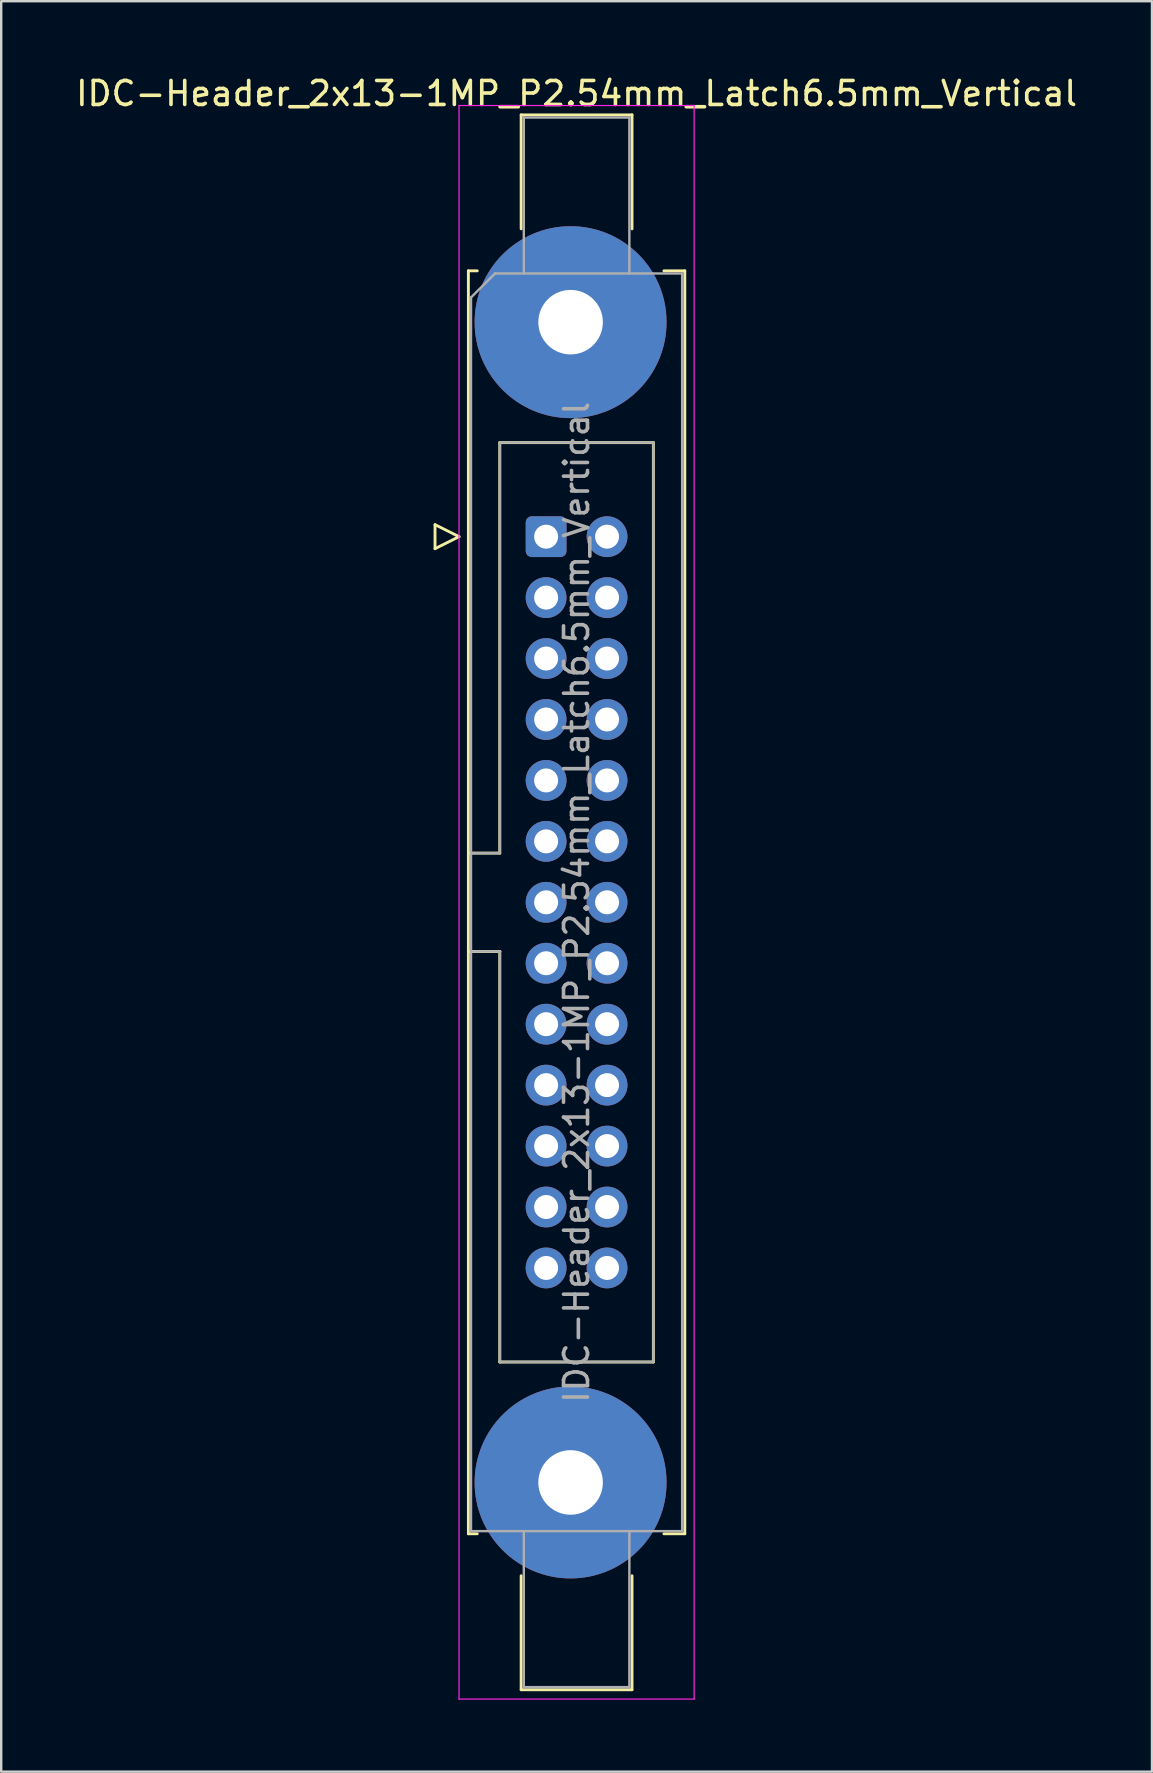
<source format=kicad_pcb>
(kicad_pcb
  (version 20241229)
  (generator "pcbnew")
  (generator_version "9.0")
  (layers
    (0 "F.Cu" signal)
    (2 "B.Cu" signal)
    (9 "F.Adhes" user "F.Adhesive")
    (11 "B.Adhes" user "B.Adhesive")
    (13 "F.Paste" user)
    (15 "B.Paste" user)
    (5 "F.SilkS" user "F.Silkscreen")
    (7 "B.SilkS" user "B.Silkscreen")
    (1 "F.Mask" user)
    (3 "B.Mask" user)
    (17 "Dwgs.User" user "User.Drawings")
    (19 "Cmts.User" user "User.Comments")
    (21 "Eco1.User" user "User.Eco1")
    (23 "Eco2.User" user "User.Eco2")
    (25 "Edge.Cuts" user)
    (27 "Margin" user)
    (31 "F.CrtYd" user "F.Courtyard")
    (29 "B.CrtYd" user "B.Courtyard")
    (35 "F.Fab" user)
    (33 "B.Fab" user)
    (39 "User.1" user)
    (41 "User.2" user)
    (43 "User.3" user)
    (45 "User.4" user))
  (footprint "IDC-Header_2x13-1MP_P2.54mm_Latch6.5mm_Vertical"
    (layer "F.Cu")
    (at 19.712 19.318)
    (property "Reference" "IDC-Header_2x13-1MP_P2.54mm_Latch6.5mm_Vertical" (at 1.27 -18.47 0) (layer "F.SilkS") (effects (font (size 1 1) (thickness 0.15))))
    (attr through_hole)
    (fp_line (start -4.63 -0.5) (end -4.63 0.5) (stroke (width 0.12) (type solid)) (layer "F.SilkS"))
    (fp_line (start -4.63 0.5) (end -3.63 0) (stroke (width 0.12) (type solid)) (layer "F.SilkS"))
    (fp_line (start -3.63 0) (end -4.63 -0.5) (stroke (width 0.12) (type solid)) (layer "F.SilkS"))
    (fp_line (start -3.24 -11.08) (end -3.24 41.56) (stroke (width 0.12) (type solid)) (layer "F.SilkS"))
    (fp_line (start -3.24 13.19) (end -1.93 13.19) (stroke (width 0.12) (type solid)) (layer "F.SilkS"))
    (fp_line (start -3.24 41.56) (end -2.87 41.56) (stroke (width 0.12) (type solid)) (layer "F.SilkS"))
    (fp_line (start -2.87 -11.08) (end -3.24 -11.08) (stroke (width 0.12) (type solid)) (layer "F.SilkS"))
    (fp_line (start -1.93 -3.92) (end 4.47 -3.92) (stroke (width 0.12) (type solid)) (layer "F.SilkS"))
    (fp_line (start -1.93 13.19) (end -1.93 -3.92) (stroke (width 0.12) (type solid)) (layer "F.SilkS"))
    (fp_line (start -1.93 17.29) (end -3.24 17.29) (stroke (width 0.12) (type solid)) (layer "F.SilkS"))
    (fp_line (start -1.93 17.29) (end -1.93 17.29) (stroke (width 0.12) (type solid)) (layer "F.SilkS"))
    (fp_line (start -1.93 34.4) (end -1.93 17.29) (stroke (width 0.12) (type solid)) (layer "F.SilkS"))
    (fp_line (start -1.04 -17.58) (end 3.58 -17.58) (stroke (width 0.12) (type solid)) (layer "F.SilkS"))
    (fp_line (start -1.04 -12.83) (end -1.04 -17.58) (stroke (width 0.12) (type solid)) (layer "F.SilkS"))
    (fp_line (start -1.04 43.31) (end -1.04 48.06) (stroke (width 0.12) (type solid)) (layer "F.SilkS"))
    (fp_line (start -1.04 48.06) (end 3.58 48.06) (stroke (width 0.12) (type solid)) (layer "F.SilkS"))
    (fp_line (start 3.58 -17.58) (end 3.58 -12.83) (stroke (width 0.12) (type solid)) (layer "F.SilkS"))
    (fp_line (start 3.58 48.06) (end 3.58 43.31) (stroke (width 0.12) (type solid)) (layer "F.SilkS"))
    (fp_line (start 4.47 -3.92) (end 4.47 34.4) (stroke (width 0.12) (type solid)) (layer "F.SilkS"))
    (fp_line (start 4.47 34.4) (end -1.93 34.4) (stroke (width 0.12) (type solid)) (layer "F.SilkS"))
    (fp_line (start 4.91 -11.08) (end 5.78 -11.08) (stroke (width 0.12) (type solid)) (layer "F.SilkS"))
    (fp_line (start 5.78 -11.08) (end 5.78 41.56) (stroke (width 0.12) (type solid)) (layer "F.SilkS"))
    (fp_line (start 5.78 41.56) (end 4.91 41.56) (stroke (width 0.12) (type solid)) (layer "F.SilkS"))
    (fp_line (start -3.63 -17.97) (end -3.63 48.45) (stroke (width 0.05) (type solid)) (layer "F.CrtYd"))
    (fp_line (start -3.63 48.45) (end 6.17 48.45) (stroke (width 0.05) (type solid)) (layer "F.CrtYd"))
    (fp_line (start 6.17 -17.97) (end -3.63 -17.97) (stroke (width 0.05) (type solid)) (layer "F.CrtYd"))
    (fp_line (start 6.17 48.45) (end 6.17 -17.97) (stroke (width 0.05) (type solid)) (layer "F.CrtYd"))
    (fp_line (start -3.13 -9.97) (end -2.13 -10.97) (stroke (width 0.1) (type solid)) (layer "F.Fab"))
    (fp_line (start -3.13 13.19) (end -1.93 13.19) (stroke (width 0.1) (type solid)) (layer "F.Fab"))
    (fp_line (start -3.13 41.45) (end -3.13 -9.97) (stroke (width 0.1) (type solid)) (layer "F.Fab"))
    (fp_line (start -2.13 -10.97) (end 5.67 -10.97) (stroke (width 0.1) (type solid)) (layer "F.Fab"))
    (fp_line (start -1.93 -3.92) (end 4.47 -3.92) (stroke (width 0.1) (type solid)) (layer "F.Fab"))
    (fp_line (start -1.93 13.19) (end -1.93 -3.92) (stroke (width 0.1) (type solid)) (layer "F.Fab"))
    (fp_line (start -1.93 17.29) (end -3.13 17.29) (stroke (width 0.1) (type solid)) (layer "F.Fab"))
    (fp_line (start -1.93 17.29) (end -1.93 17.29) (stroke (width 0.1) (type solid)) (layer "F.Fab"))
    (fp_line (start -1.93 34.4) (end -1.93 17.29) (stroke (width 0.1) (type solid)) (layer "F.Fab"))
    (fp_line (start -0.93 -17.47) (end 3.47 -17.47) (stroke (width 0.1) (type solid)) (layer "F.Fab"))
    (fp_line (start -0.93 -10.97) (end -0.93 -17.47) (stroke (width 0.1) (type solid)) (layer "F.Fab"))
    (fp_line (start -0.93 41.45) (end -0.93 47.95) (stroke (width 0.1) (type solid)) (layer "F.Fab"))
    (fp_line (start -0.93 47.95) (end 3.47 47.95) (stroke (width 0.1) (type solid)) (layer "F.Fab"))
    (fp_line (start 3.47 -17.47) (end 3.47 -10.97) (stroke (width 0.1) (type solid)) (layer "F.Fab"))
    (fp_line (start 3.47 47.95) (end 3.47 41.45) (stroke (width 0.1) (type solid)) (layer "F.Fab"))
    (fp_line (start 4.47 -3.92) (end 4.47 34.4) (stroke (width 0.1) (type solid)) (layer "F.Fab"))
    (fp_line (start 4.47 34.4) (end -1.93 34.4) (stroke (width 0.1) (type solid)) (layer "F.Fab"))
    (fp_line (start 5.67 -10.97) (end 5.67 41.45) (stroke (width 0.1) (type solid)) (layer "F.Fab"))
    (fp_line (start 5.67 41.45) (end -3.13 41.45) (stroke (width 0.1) (type solid)) (layer "F.Fab"))
    (fp_text user "${REFERENCE}" (at 1.27 15.24 90) (layer "F.Fab") (effects (font (size 1 1) (thickness 0.15))))
    (pad "1" thru_hole roundrect (at 0 0) (size 1.7 1.7) (drill 1) (layers "*.Cu" "*.Mask") (roundrect_rratio 0.147))
    (pad "2" thru_hole circle (at 2.54 0) (size 1.7 1.7) (drill 1) (layers "*.Cu" "*.Mask"))
    (pad "3" thru_hole circle (at 0 2.54) (size 1.7 1.7) (drill 1) (layers "*.Cu" "*.Mask"))
    (pad "4" thru_hole circle (at 2.54 2.54) (size 1.7 1.7) (drill 1) (layers "*.Cu" "*.Mask"))
    (pad "5" thru_hole circle (at 0 5.08) (size 1.7 1.7) (drill 1) (layers "*.Cu" "*.Mask"))
    (pad "6" thru_hole circle (at 2.54 5.08) (size 1.7 1.7) (drill 1) (layers "*.Cu" "*.Mask"))
    (pad "7" thru_hole circle (at 0 7.62) (size 1.7 1.7) (drill 1) (layers "*.Cu" "*.Mask"))
    (pad "8" thru_hole circle (at 2.54 7.62) (size 1.7 1.7) (drill 1) (layers "*.Cu" "*.Mask"))
    (pad "9" thru_hole circle (at 0 10.16) (size 1.7 1.7) (drill 1) (layers "*.Cu" "*.Mask"))
    (pad "10" thru_hole circle (at 2.54 10.16) (size 1.7 1.7) (drill 1) (layers "*.Cu" "*.Mask"))
    (pad "11" thru_hole circle (at 0 12.7) (size 1.7 1.7) (drill 1) (layers "*.Cu" "*.Mask"))
    (pad "12" thru_hole circle (at 2.54 12.7) (size 1.7 1.7) (drill 1) (layers "*.Cu" "*.Mask"))
    (pad "13" thru_hole circle (at 0 15.24) (size 1.7 1.7) (drill 1) (layers "*.Cu" "*.Mask"))
    (pad "14" thru_hole circle (at 2.54 15.24) (size 1.7 1.7) (drill 1) (layers "*.Cu" "*.Mask"))
    (pad "15" thru_hole circle (at 0 17.78) (size 1.7 1.7) (drill 1) (layers "*.Cu" "*.Mask"))
    (pad "16" thru_hole circle (at 2.54 17.78) (size 1.7 1.7) (drill 1) (layers "*.Cu" "*.Mask"))
    (pad "17" thru_hole circle (at 0 20.32) (size 1.7 1.7) (drill 1) (layers "*.Cu" "*.Mask"))
    (pad "18" thru_hole circle (at 2.54 20.32) (size 1.7 1.7) (drill 1) (layers "*.Cu" "*.Mask"))
    (pad "19" thru_hole circle (at 0 22.86) (size 1.7 1.7) (drill 1) (layers "*.Cu" "*.Mask"))
    (pad "20" thru_hole circle (at 2.54 22.86) (size 1.7 1.7) (drill 1) (layers "*.Cu" "*.Mask"))
    (pad "21" thru_hole circle (at 0 25.4) (size 1.7 1.7) (drill 1) (layers "*.Cu" "*.Mask"))
    (pad "22" thru_hole circle (at 2.54 25.4) (size 1.7 1.7) (drill 1) (layers "*.Cu" "*.Mask"))
    (pad "23" thru_hole circle (at 0 27.94) (size 1.7 1.7) (drill 1) (layers "*.Cu" "*.Mask"))
    (pad "24" thru_hole circle (at 2.54 27.94) (size 1.7 1.7) (drill 1) (layers "*.Cu" "*.Mask"))
    (pad "25" thru_hole circle (at 0 30.48) (size 1.7 1.7) (drill 1) (layers "*.Cu" "*.Mask"))
    (pad "26" thru_hole circle (at 2.54 30.48) (size 1.7 1.7) (drill 1) (layers "*.Cu" "*.Mask"))
    (pad "MP" thru_hole circle (at 1.02 -8.94) (size 8 8) (drill 2.69) (layers "*.Cu" "*.Mask"))
    (pad "MP" thru_hole circle (at 1.02 39.42) (size 8 8) (drill 2.69) (layers "*.Cu" "*.Mask")))
  (gr_rect
    (start -3 -3)
    (end 44.964 70.793)
    (stroke (width 0.1) (type default))
    (fill no)
    (layer "Edge.Cuts")))
</source>
